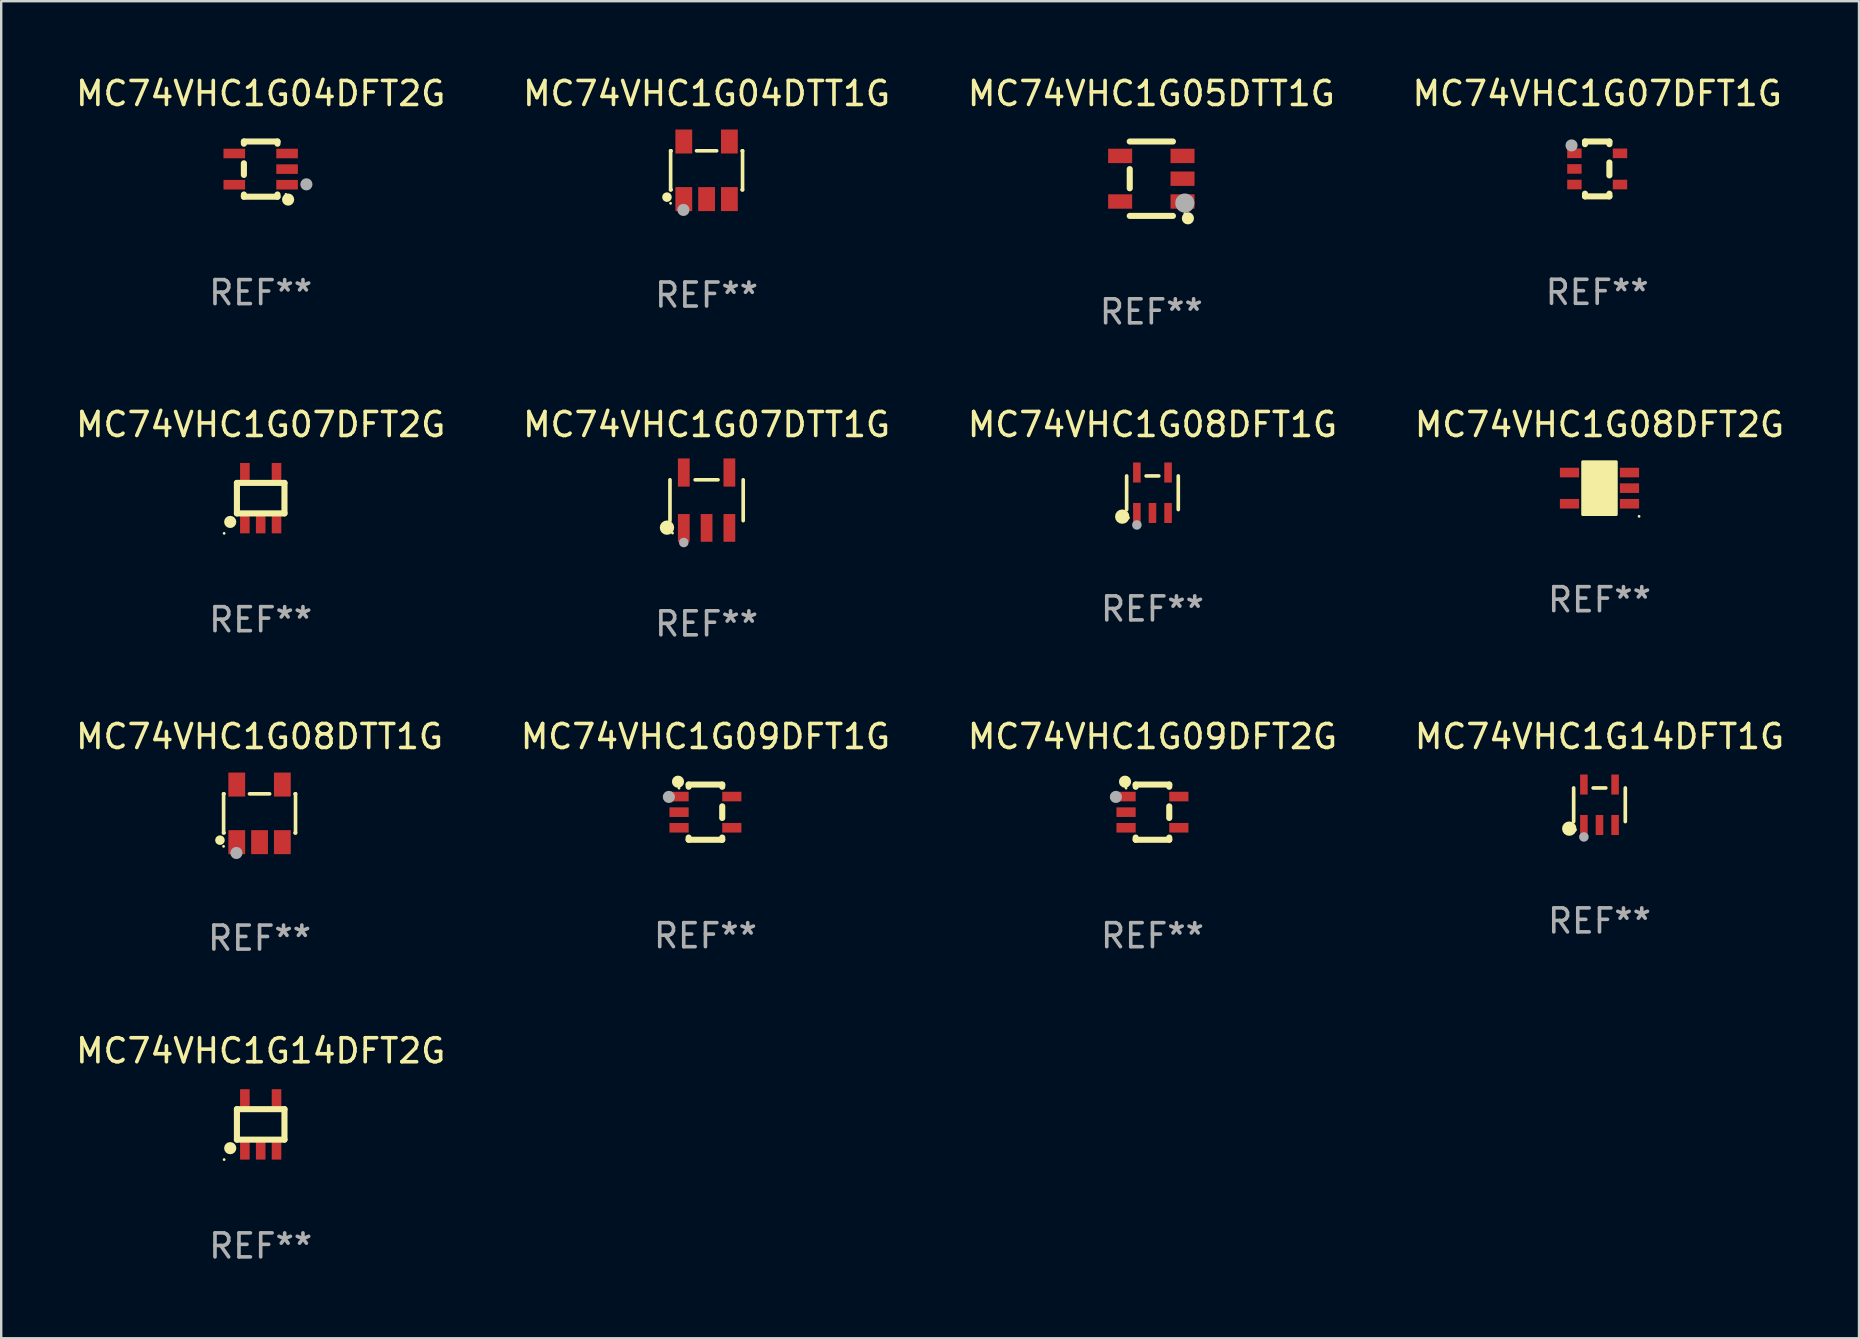
<source format=kicad_pcb>
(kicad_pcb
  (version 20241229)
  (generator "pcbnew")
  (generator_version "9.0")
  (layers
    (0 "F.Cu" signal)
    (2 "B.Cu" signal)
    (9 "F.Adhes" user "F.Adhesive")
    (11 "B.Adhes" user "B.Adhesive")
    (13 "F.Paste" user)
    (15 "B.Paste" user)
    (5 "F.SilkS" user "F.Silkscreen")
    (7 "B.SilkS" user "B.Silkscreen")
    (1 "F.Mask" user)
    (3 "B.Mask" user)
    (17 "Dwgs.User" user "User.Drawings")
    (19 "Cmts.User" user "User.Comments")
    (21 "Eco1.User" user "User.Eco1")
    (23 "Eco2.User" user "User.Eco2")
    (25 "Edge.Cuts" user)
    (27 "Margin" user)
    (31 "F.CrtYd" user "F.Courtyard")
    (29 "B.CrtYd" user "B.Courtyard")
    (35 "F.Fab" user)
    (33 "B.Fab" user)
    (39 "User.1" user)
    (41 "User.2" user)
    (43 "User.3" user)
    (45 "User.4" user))
  (footprint "MC74VHC1G07DTT1G"
    (layer "F.Cu")
    (at 26.399 17.798)
    (property "Reference" "MC74VHC1G07DTT1G" (at 0 -3.154 0) (layer "F.SilkS") (effects (font (size 1 1) (thickness 0.15))))
    (attr through_hole)
    (fp_line (start -1.526 0.851) (end -1.526 -0.851) (stroke (width 0.152) (type solid)) (layer "F.SilkS"))
    (fp_line (start 0.476 -0.851) (end -0.476 -0.851) (stroke (width 0.152) (type solid)) (layer "F.SilkS"))
    (fp_line (start 1.526 0.851) (end 1.526 -0.851) (stroke (width 0.152) (type solid)) (layer "F.SilkS"))
    (fp_circle (center -1.651 1.143) (end -1.501 1.143) (stroke (width 0.3) (type solid)) (fill no) (layer "F.SilkS"))
    (fp_circle (center -1.42 1.37) (end -1.39 1.37) (stroke (width 0.06) (type solid)) (fill no) (layer "F.SilkS"))
    (fp_circle (center -0.95 1.763) (end -0.85 1.763) (stroke (width 0.2) (type solid)) (fill no) (layer "F.Fab"))
    (fp_text user "REF**" (at 0 5.154 0) (layer "F.Fab") (effects (font (size 1 1) (thickness 0.15))))
    (pad "1" smd rect (at -0.95 1.154) (size 0.49 1.157) (layers "F.Cu" "F.Mask" "F.Paste"))
    (pad "2" smd rect (at 0 1.154) (size 0.49 1.157) (layers "F.Cu" "F.Mask" "F.Paste"))
    (pad "3" smd rect (at 0.95 1.154) (size 0.49 1.157) (layers "F.Cu" "F.Mask" "F.Paste"))
    (pad "4" smd rect (at 0.95 -1.154) (size 0.49 1.175) (layers "F.Cu" "F.Mask" "F.Paste"))
    (pad "5" smd rect (at -0.95 -1.154) (size 0.49 1.175) (layers "F.Cu" "F.Mask" "F.Paste")))
  (footprint "MC74VHC1G14DFT2G"
    (layer "F.Cu")
    (at 7.815 43.812)
    (property "Reference" "MC74VHC1G14DFT2G" (at 0 -3.067 0) (layer "F.SilkS") (effects (font (size 1 1) (thickness 0.15))))
    (attr through_hole)
    (fp_line (start -0.991 -0.635) (end 0.991 -0.635) (stroke (width 0.254) (type solid)) (layer "F.SilkS"))
    (fp_line (start -0.991 0.635) (end -0.991 -0.635) (stroke (width 0.254) (type solid)) (layer "F.SilkS"))
    (fp_line (start 0.991 -0.635) (end 0.991 0.635) (stroke (width 0.254) (type solid)) (layer "F.SilkS"))
    (fp_line (start 0.991 0.635) (end -0.991 0.635) (stroke (width 0.254) (type solid)) (layer "F.SilkS"))
    (fp_circle (center -1.524 1.467) (end -1.494 1.467) (stroke (width 0.06) (type solid)) (fill no) (layer "F.SilkS"))
    (fp_circle (center -1.27 0.991) (end -1.143 0.991) (stroke (width 0.254) (type solid)) (fill no) (layer "F.SilkS"))
    (fp_text user "REF**" (at 0 5.067 0) (layer "F.Fab") (effects (font (size 1 1) (thickness 0.15))))
    (pad "1" smd rect (at -0.66 1.067 90) (size 0.8 0.399) (layers "F.Cu" "F.Mask" "F.Paste"))
    (pad "2" smd rect (at 0 1.067 90) (size 0.8 0.399) (layers "F.Cu" "F.Mask" "F.Paste"))
    (pad "3" smd rect (at 0.66 1.067 90) (size 0.8 0.399) (layers "F.Cu" "F.Mask" "F.Paste"))
    (pad "4" smd rect (at 0.66 -1.067 90) (size 0.8 0.399) (layers "F.Cu" "F.Mask" "F.Paste"))
    (pad "5" smd rect (at -0.659 -1.066 90) (size 0.8 0.399) (layers "F.Cu" "F.Mask" "F.Paste")))
  (footprint "MC74VHC1G04DTT1G"
    (layer "F.Cu")
    (at 26.399 4.048)
    (property "Reference" "MC74VHC1G04DTT1G" (at 0 -3.2 0) (layer "F.SilkS") (effects (font (size 1 1) (thickness 0.15))))
    (attr through_hole)
    (fp_line (start -1.499 -0.813) (end -1.48 -0.813) (stroke (width 0.152) (type solid)) (layer "F.SilkS"))
    (fp_line (start -1.499 0.813) (end -1.499 -0.813) (stroke (width 0.152) (type solid)) (layer "F.SilkS"))
    (fp_line (start -1.48 0.813) (end -1.499 0.813) (stroke (width 0.152) (type solid)) (layer "F.SilkS"))
    (fp_line (start -0.42 -0.813) (end 0.42 -0.813) (stroke (width 0.152) (type solid)) (layer "F.SilkS"))
    (fp_line (start 1.48 -0.813) (end 1.499 -0.813) (stroke (width 0.152) (type solid)) (layer "F.SilkS"))
    (fp_line (start 1.499 -0.813) (end 1.499 0.813) (stroke (width 0.152) (type solid)) (layer "F.SilkS"))
    (fp_line (start 1.499 0.813) (end 1.48 0.813) (stroke (width 0.152) (type solid)) (layer "F.SilkS"))
    (fp_circle (center -1.651 1.118) (end -1.551 1.118) (stroke (width 0.2) (type solid)) (fill no) (layer "F.SilkS"))
    (fp_circle (center -1.5 1.375) (end -1.47 1.375) (stroke (width 0.06) (type solid)) (fill no) (layer "F.SilkS"))
    (fp_circle (center -0.965 1.651) (end -0.838 1.651) (stroke (width 0.254) (type solid)) (fill no) (layer "F.Fab"))
    (fp_text user "REF**" (at 0 5.2 0) (layer "F.Fab") (effects (font (size 1 1) (thickness 0.15))))
    (pad "1" smd rect (at -0.95 1.2) (size 0.7 1) (layers "F.Cu" "F.Mask" "F.Paste"))
    (pad "2" smd rect (at 0 1.2) (size 0.7 1) (layers "F.Cu" "F.Mask" "F.Paste"))
    (pad "3" smd rect (at 0.95 1.2) (size 0.7 1) (layers "F.Cu" "F.Mask" "F.Paste"))
    (pad "4" smd rect (at 0.95 -1.2) (size 0.7 1) (layers "F.Cu" "F.Mask" "F.Paste"))
    (pad "5" smd rect (at -0.95 -1.2) (size 0.7 1) (layers "F.Cu" "F.Mask" "F.Paste")))
  (footprint "MC74VHC1G04DFT2G"
    (layer "F.Cu")
    (at 7.815 3.998)
    (property "Reference" "MC74VHC1G04DFT2G" (at 0 -3.15 0) (layer "F.SilkS") (effects (font (size 1 1) (thickness 0.15))))
    (attr through_hole)
    (fp_line (start -0.7 -1.15) (end 0.7 -1.15) (stroke (width 0.254) (type solid)) (layer "F.SilkS"))
    (fp_line (start -0.7 -1.058) (end -0.7 -1.15) (stroke (width 0.254) (type solid)) (layer "F.SilkS"))
    (fp_line (start -0.7 0.242) (end -0.7 -0.242) (stroke (width 0.254) (type solid)) (layer "F.SilkS"))
    (fp_line (start -0.7 1.15) (end -0.7 1.058) (stroke (width 0.254) (type solid)) (layer "F.SilkS"))
    (fp_line (start -0.7 1.15) (end 0.7 1.15) (stroke (width 0.254) (type solid)) (layer "F.SilkS"))
    (fp_line (start 0.7 -1.058) (end 0.7 -1.15) (stroke (width 0.254) (type solid)) (layer "F.SilkS"))
    (fp_line (start 0.7 1.15) (end 0.7 1.058) (stroke (width 0.254) (type solid)) (layer "F.SilkS"))
    (fp_circle (center 1.053 1.052) (end 1.083 1.052) (stroke (width 0.06) (type solid)) (fill no) (layer "F.SilkS"))
    (fp_circle (center 1.143 1.27) (end 1.27 1.27) (stroke (width 0.254) (type solid)) (fill no) (layer "F.SilkS"))
    (fp_circle (center 1.905 0.635) (end 2.032 0.635) (stroke (width 0.254) (type solid)) (fill no) (layer "F.Fab"))
    (fp_text user "REF**" (at 0 5.15 0) (layer "F.Fab") (effects (font (size 1 1) (thickness 0.15))))
    (pad "1" smd rect (at 1.1 0.65 90) (size 0.4 0.9) (layers "F.Cu" "F.Mask" "F.Paste"))
    (pad "2" smd rect (at 1.1 0.000076 90) (size 0.4 0.9) (layers "F.Cu" "F.Mask" "F.Paste"))
    (pad "3" smd rect (at 1.1 -0.65 90) (size 0.4 0.9) (layers "F.Cu" "F.Mask" "F.Paste"))
    (pad "4" smd rect (at -1.1 -0.65 90) (size 0.4 0.9) (layers "F.Cu" "F.Mask" "F.Paste"))
    (pad "5" smd rect (at -1.1 0.65 90) (size 0.4 0.9) (layers "F.Cu" "F.Mask" "F.Paste")))
  (footprint "MC74VHC1G08DFT1G"
    (layer "F.Cu")
    (at 44.982 17.487)
    (property "Reference" "MC74VHC1G08DFT1G" (at 0 -2.843 0) (layer "F.SilkS") (effects (font (size 1 1) (thickness 0.15))))
    (attr through_hole)
    (fp_line (start -1.076 0.701) (end -1.076 -0.701) (stroke (width 0.152) (type solid)) (layer "F.SilkS"))
    (fp_line (start 0.264 -0.701) (end -0.264 -0.701) (stroke (width 0.152) (type solid)) (layer "F.SilkS"))
    (fp_line (start 1.076 0.701) (end 1.076 -0.701) (stroke (width 0.152) (type solid)) (layer "F.SilkS"))
    (fp_circle (center -1.26 0.995) (end -1.11 0.995) (stroke (width 0.3) (type solid)) (fill no) (layer "F.SilkS"))
    (fp_circle (center -1 1.05) (end -0.97 1.05) (stroke (width 0.06) (type solid)) (fill no) (layer "F.SilkS"))
    (fp_circle (center -0.65 1.341) (end -0.55 1.341) (stroke (width 0.2) (type solid)) (fill no) (layer "F.Fab"))
    (fp_text user "REF**" (at 0 4.843 0) (layer "F.Fab") (effects (font (size 1 1) (thickness 0.15))))
    (pad "1" smd rect (at -0.65 0.843) (size 0.315 0.835) (layers "F.Cu" "F.Mask" "F.Paste"))
    (pad "2" smd rect (at 0.00014 0.843) (size 0.315 0.835) (layers "F.Cu" "F.Mask" "F.Paste"))
    (pad "3" smd rect (at 0.65 0.843) (size 0.315 0.835) (layers "F.Cu" "F.Mask" "F.Paste"))
    (pad "4" smd rect (at 0.65 -0.843) (size 0.315 0.835) (layers "F.Cu" "F.Mask" "F.Paste"))
    (pad "5" smd rect (at -0.65 -0.843) (size 0.315 0.835) (layers "F.Cu" "F.Mask" "F.Paste")))
  (footprint "MC74VHC1G09DFT2G"
    (layer "F.Cu")
    (at 44.982 30.799)
    (property "Reference" "MC74VHC1G09DFT2G" (at 0 -3.15 0) (layer "F.SilkS") (effects (font (size 1 1) (thickness 0.15))))
    (attr through_hole)
    (fp_line (start -0.7 -1.15) (end -0.7 -1.058) (stroke (width 0.254) (type solid)) (layer "F.SilkS"))
    (fp_line (start -0.7 1.058) (end -0.7 1.15) (stroke (width 0.254) (type solid)) (layer "F.SilkS"))
    (fp_line (start 0.7 -1.15) (end -0.7 -1.15) (stroke (width 0.254) (type solid)) (layer "F.SilkS"))
    (fp_line (start 0.7 -1.15) (end 0.7 -1.058) (stroke (width 0.254) (type solid)) (layer "F.SilkS"))
    (fp_line (start 0.7 -0.242) (end 0.7 0.242) (stroke (width 0.254) (type solid)) (layer "F.SilkS"))
    (fp_line (start 0.7 1.058) (end 0.7 1.15) (stroke (width 0.254) (type solid)) (layer "F.SilkS"))
    (fp_line (start 0.7 1.15) (end -0.7 1.15) (stroke (width 0.254) (type solid)) (layer "F.SilkS"))
    (fp_circle (center -1.143 -1.27) (end -1.016 -1.27) (stroke (width 0.254) (type solid)) (fill no) (layer "F.SilkS"))
    (fp_circle (center -1.1 -1) (end -1.07 -1) (stroke (width 0.06) (type solid)) (fill no) (layer "F.SilkS"))
    (fp_circle (center -1.524 -0.635) (end -1.397 -0.635) (stroke (width 0.254) (type solid)) (fill no) (layer "F.Fab"))
    (fp_text user "REF**" (at 0 5.15 0) (layer "F.Fab") (effects (font (size 1 1) (thickness 0.15))))
    (pad "1" smd rect (at -1.1 -0.65 270) (size 0.4 0.8) (layers "F.Cu" "F.Mask" "F.Paste"))
    (pad "2" smd rect (at -1.1 -0.000051 270) (size 0.4 0.8) (layers "F.Cu" "F.Mask" "F.Paste"))
    (pad "3" smd rect (at -1.1 0.65 270) (size 0.4 0.8) (layers "F.Cu" "F.Mask" "F.Paste"))
    (pad "4" smd rect (at 1.1 0.65 270) (size 0.4 0.8) (layers "F.Cu" "F.Mask" "F.Paste"))
    (pad "5" smd rect (at 1.1 -0.65 270) (size 0.4 0.8) (layers "F.Cu" "F.Mask" "F.Paste")))
  (footprint "MC74VHC1G09DFT1G"
    (layer "F.Cu")
    (at 26.351 30.799)
    (property "Reference" "MC74VHC1G09DFT1G" (at 0 -3.15 0) (layer "F.SilkS") (effects (font (size 1 1) (thickness 0.15))))
    (attr through_hole)
    (fp_line (start -0.7 -1.15) (end -0.7 -1.058) (stroke (width 0.254) (type solid)) (layer "F.SilkS"))
    (fp_line (start -0.7 1.058) (end -0.7 1.15) (stroke (width 0.254) (type solid)) (layer "F.SilkS"))
    (fp_line (start 0.7 -1.15) (end -0.7 -1.15) (stroke (width 0.254) (type solid)) (layer "F.SilkS"))
    (fp_line (start 0.7 -1.15) (end 0.7 -1.058) (stroke (width 0.254) (type solid)) (layer "F.SilkS"))
    (fp_line (start 0.7 -0.242) (end 0.7 0.242) (stroke (width 0.254) (type solid)) (layer "F.SilkS"))
    (fp_line (start 0.7 1.058) (end 0.7 1.15) (stroke (width 0.254) (type solid)) (layer "F.SilkS"))
    (fp_line (start 0.7 1.15) (end -0.7 1.15) (stroke (width 0.254) (type solid)) (layer "F.SilkS"))
    (fp_circle (center -1.143 -1.27) (end -1.016 -1.27) (stroke (width 0.254) (type solid)) (fill no) (layer "F.SilkS"))
    (fp_circle (center -1.1 -1) (end -1.07 -1) (stroke (width 0.06) (type solid)) (fill no) (layer "F.SilkS"))
    (fp_circle (center -1.524 -0.635) (end -1.397 -0.635) (stroke (width 0.254) (type solid)) (fill no) (layer "F.Fab"))
    (fp_text user "REF**" (at 0 5.15 0) (layer "F.Fab") (effects (font (size 1 1) (thickness 0.15))))
    (pad "1" smd rect (at -1.1 -0.65 270) (size 0.4 0.8) (layers "F.Cu" "F.Mask" "F.Paste"))
    (pad "2" smd rect (at -1.1 -0.000051 270) (size 0.4 0.8) (layers "F.Cu" "F.Mask" "F.Paste"))
    (pad "3" smd rect (at -1.1 0.65 270) (size 0.4 0.8) (layers "F.Cu" "F.Mask" "F.Paste"))
    (pad "4" smd rect (at 1.1 0.65 270) (size 0.4 0.8) (layers "F.Cu" "F.Mask" "F.Paste"))
    (pad "5" smd rect (at 1.1 -0.65 270) (size 0.4 0.8) (layers "F.Cu" "F.Mask" "F.Paste")))
  (footprint "MC74VHC1G05DTT1G"
    (layer "F.Cu")
    (at 44.935 4.398)
    (property "Reference" "MC74VHC1G05DTT1G" (at 0 -3.55 0) (layer "F.SilkS") (effects (font (size 1 1) (thickness 0.15))))
    (attr through_hole)
    (fp_line (start -0.9 -1.55) (end 0.9 -1.55) (stroke (width 0.254) (type solid)) (layer "F.SilkS"))
    (fp_line (start -0.9 0.4) (end -0.9 -0.4) (stroke (width 0.254) (type solid)) (layer "F.SilkS"))
    (fp_line (start -0.9 1.55) (end 0.9 1.55) (stroke (width 0.254) (type solid)) (layer "F.SilkS"))
    (fp_circle (center 1.4 1.45) (end 1.43 1.45) (stroke (width 0.06) (type solid)) (fill no) (layer "F.SilkS"))
    (fp_circle (center 1.524 1.651) (end 1.651 1.651) (stroke (width 0.254) (type solid)) (fill no) (layer "F.SilkS"))
    (fp_circle (center 1.397 1.016) (end 1.597 1.016) (stroke (width 0.4) (type solid)) (fill no) (layer "F.Fab"))
    (fp_text user "REF**" (at 0 5.55 0) (layer "F.Fab") (effects (font (size 1 1) (thickness 0.15))))
    (pad "1" smd rect (at 1.3 0.95) (size 1 0.6) (layers "F.Cu" "F.Mask" "F.Paste"))
    (pad "2" smd rect (at 1.3 -0.000051) (size 1 0.6) (layers "F.Cu" "F.Mask" "F.Paste"))
    (pad "3" smd rect (at 1.3 -0.95) (size 1 0.6) (layers "F.Cu" "F.Mask" "F.Paste"))
    (pad "4" smd rect (at -1.3 -0.95) (size 1 0.6) (layers "F.Cu" "F.Mask" "F.Paste"))
    (pad "5" smd rect (at -1.3 0.95) (size 1 0.6) (layers "F.Cu" "F.Mask" "F.Paste")))
  (footprint "MC74VHC1G14DFT1G"
    (layer "F.Cu")
    (at 63.613 30.491)
    (property "Reference" "MC74VHC1G14DFT1G" (at 0 -2.843 0) (layer "F.SilkS") (effects (font (size 1 1) (thickness 0.15))))
    (attr through_hole)
    (fp_line (start -1.076 0.701) (end -1.076 -0.701) (stroke (width 0.152) (type solid)) (layer "F.SilkS"))
    (fp_line (start 0.264 -0.701) (end -0.264 -0.701) (stroke (width 0.152) (type solid)) (layer "F.SilkS"))
    (fp_line (start 1.076 0.701) (end 1.076 -0.701) (stroke (width 0.152) (type solid)) (layer "F.SilkS"))
    (fp_circle (center -1.26 0.995) (end -1.11 0.995) (stroke (width 0.3) (type solid)) (fill no) (layer "F.SilkS"))
    (fp_circle (center -1 1.05) (end -0.97 1.05) (stroke (width 0.06) (type solid)) (fill no) (layer "F.SilkS"))
    (fp_circle (center -0.65 1.341) (end -0.55 1.341) (stroke (width 0.2) (type solid)) (fill no) (layer "F.Fab"))
    (fp_text user "REF**" (at 0 4.843 0) (layer "F.Fab") (effects (font (size 1 1) (thickness 0.15))))
    (pad "1" smd rect (at -0.65 0.843) (size 0.315 0.835) (layers "F.Cu" "F.Mask" "F.Paste"))
    (pad "2" smd rect (at 0.00014 0.843) (size 0.315 0.835) (layers "F.Cu" "F.Mask" "F.Paste"))
    (pad "3" smd rect (at 0.65 0.843) (size 0.315 0.835) (layers "F.Cu" "F.Mask" "F.Paste"))
    (pad "4" smd rect (at 0.65 -0.843) (size 0.315 0.835) (layers "F.Cu" "F.Mask" "F.Paste"))
    (pad "5" smd rect (at -0.65 -0.843) (size 0.315 0.835) (layers "F.Cu" "F.Mask" "F.Paste")))
  (footprint "MC74VHC1G08DFT2G"
    (layer "F.Cu")
    (at 63.613 17.295)
    (property "Reference" "MC74VHC1G08DFT2G" (at 0 -2.65 0) (layer "F.SilkS") (effects (font (size 1 1) (thickness 0.15))))
    (attr through_hole)
    (fp_arc (start 0.381001 0.637541) (mid 0.380995 0.636271) (end 0.381001 0.635001) (stroke (width 0.24892) (type solid)) (layer "F.SilkS"))
    (fp_circle (center 1.65 1.175) (end 1.68 1.175) (stroke (width 0.06) (type solid)) (fill no) (layer "F.SilkS"))
    (fp_poly (pts (xy -0.7 -1.1) (xy 0.7 -1.1) (xy 0.7 1.1) (xy -0.7 1.1)) (stroke (width 0.12) (type solid)) (fill yes) (layer "F.SilkS"))
    (fp_text user "REF**" (at 0 4.65 0) (layer "F.Fab") (effects (font (size 1 1) (thickness 0.15))))
    (pad "1" smd rect (at 1.25 0.65 270) (size 0.4 0.8) (layers "F.Cu" "F.Mask" "F.Paste"))
    (pad "2" smd rect (at 1.25 0 270) (size 0.4 0.8) (layers "F.Cu" "F.Mask" "F.Paste"))
    (pad "3" smd rect (at 1.25 -0.65 270) (size 0.4 0.8) (layers "F.Cu" "F.Mask" "F.Paste"))
    (pad "4" smd rect (at -1.25 -0.65 270) (size 0.4 0.8) (layers "F.Cu" "F.Mask" "F.Paste"))
    (pad "5" smd rect (at -1.25 0.65 270) (size 0.4 0.8) (layers "F.Cu" "F.Mask" "F.Paste")))
  (footprint "MC74VHC1G07DFT1G"
    (layer "F.Cu")
    (at 63.518 3.991)
    (property "Reference" "MC74VHC1G07DFT1G" (at 0 -3.143 0) (layer "F.SilkS") (effects (font (size 1 1) (thickness 0.15))))
    (attr through_hole)
    (fp_line (start -0.508 -1.143) (end 0.508 -1.143) (stroke (width 0.254) (type solid)) (layer "F.SilkS"))
    (fp_line (start -0.508 -1.032) (end -0.508 -1.143) (stroke (width 0.254) (type solid)) (layer "F.SilkS"))
    (fp_line (start -0.508 1.143) (end -0.508 1.032) (stroke (width 0.254) (type solid)) (layer "F.SilkS"))
    (fp_line (start 0.508 -1.143) (end 0.508 -1.032) (stroke (width 0.254) (type solid)) (layer "F.SilkS"))
    (fp_line (start 0.508 -0.268) (end 0.508 0.268) (stroke (width 0.254) (type solid)) (layer "F.SilkS"))
    (fp_line (start 0.508 1.032) (end 0.508 1.143) (stroke (width 0.254) (type solid)) (layer "F.SilkS"))
    (fp_line (start 0.508 1.143) (end -0.508 1.143) (stroke (width 0.254) (type solid)) (layer "F.SilkS"))
    (fp_circle (center -1.05 -1) (end -1.02 -1) (stroke (width 0.06) (type solid)) (fill no) (layer "F.SilkS"))
    (fp_circle (center -1.07 -0.98) (end -0.943 -0.98) (stroke (width 0.254) (type solid)) (fill no) (layer "F.Fab"))
    (fp_text user "REF**" (at 0 5.143 0) (layer "F.Fab") (effects (font (size 1 1) (thickness 0.15))))
    (pad "1" smd rect (at -0.95 -0.65 90) (size 0.4 0.6) (layers "F.Cu" "F.Mask" "F.Paste"))
    (pad "2" smd rect (at -0.95 -0.000076 90) (size 0.4 0.6) (layers "F.Cu" "F.Mask" "F.Paste"))
    (pad "3" smd rect (at -0.95 0.65 90) (size 0.4 0.6) (layers "F.Cu" "F.Mask" "F.Paste"))
    (pad "4" smd rect (at 0.95 0.65 90) (size 0.4 0.6) (layers "F.Cu" "F.Mask" "F.Paste"))
    (pad "5" smd rect (at 0.95 -0.65 90) (size 0.4 0.6) (layers "F.Cu" "F.Mask" "F.Paste")))
  (footprint "MC74VHC1G08DTT1G"
    (layer "F.Cu")
    (at 7.768 30.849)
    (property "Reference" "MC74VHC1G08DTT1G" (at 0 -3.2 0) (layer "F.SilkS") (effects (font (size 1 1) (thickness 0.15))))
    (attr through_hole)
    (fp_line (start -1.499 -0.813) (end -1.48 -0.813) (stroke (width 0.152) (type solid)) (layer "F.SilkS"))
    (fp_line (start -1.499 0.813) (end -1.499 -0.813) (stroke (width 0.152) (type solid)) (layer "F.SilkS"))
    (fp_line (start -1.48 0.813) (end -1.499 0.813) (stroke (width 0.152) (type solid)) (layer "F.SilkS"))
    (fp_line (start -0.42 -0.813) (end 0.42 -0.813) (stroke (width 0.152) (type solid)) (layer "F.SilkS"))
    (fp_line (start 1.48 -0.813) (end 1.499 -0.813) (stroke (width 0.152) (type solid)) (layer "F.SilkS"))
    (fp_line (start 1.499 -0.813) (end 1.499 0.813) (stroke (width 0.152) (type solid)) (layer "F.SilkS"))
    (fp_line (start 1.499 0.813) (end 1.48 0.813) (stroke (width 0.152) (type solid)) (layer "F.SilkS"))
    (fp_circle (center -1.651 1.118) (end -1.551 1.118) (stroke (width 0.2) (type solid)) (fill no) (layer "F.SilkS"))
    (fp_circle (center -1.5 1.375) (end -1.47 1.375) (stroke (width 0.06) (type solid)) (fill no) (layer "F.SilkS"))
    (fp_circle (center -0.965 1.651) (end -0.838 1.651) (stroke (width 0.254) (type solid)) (fill no) (layer "F.Fab"))
    (fp_text user "REF**" (at 0 5.2 0) (layer "F.Fab") (effects (font (size 1 1) (thickness 0.15))))
    (pad "1" smd rect (at -0.95 1.2) (size 0.7 1) (layers "F.Cu" "F.Mask" "F.Paste"))
    (pad "2" smd rect (at 0 1.2) (size 0.7 1) (layers "F.Cu" "F.Mask" "F.Paste"))
    (pad "3" smd rect (at 0.95 1.2) (size 0.7 1) (layers "F.Cu" "F.Mask" "F.Paste"))
    (pad "4" smd rect (at 0.95 -1.2) (size 0.7 1) (layers "F.Cu" "F.Mask" "F.Paste"))
    (pad "5" smd rect (at -0.95 -1.2) (size 0.7 1) (layers "F.Cu" "F.Mask" "F.Paste")))
  (footprint "MC74VHC1G07DFT2G"
    (layer "F.Cu")
    (at 7.815 17.712)
    (property "Reference" "MC74VHC1G07DFT2G" (at 0 -3.067 0) (layer "F.SilkS") (effects (font (size 1 1) (thickness 0.15))))
    (attr through_hole)
    (fp_line (start -0.991 -0.635) (end 0.991 -0.635) (stroke (width 0.254) (type solid)) (layer "F.SilkS"))
    (fp_line (start -0.991 0.635) (end -0.991 -0.635) (stroke (width 0.254) (type solid)) (layer "F.SilkS"))
    (fp_line (start 0.991 -0.635) (end 0.991 0.635) (stroke (width 0.254) (type solid)) (layer "F.SilkS"))
    (fp_line (start 0.991 0.635) (end -0.991 0.635) (stroke (width 0.254) (type solid)) (layer "F.SilkS"))
    (fp_circle (center -1.524 1.467) (end -1.494 1.467) (stroke (width 0.06) (type solid)) (fill no) (layer "F.SilkS"))
    (fp_circle (center -1.27 0.991) (end -1.143 0.991) (stroke (width 0.254) (type solid)) (fill no) (layer "F.SilkS"))
    (fp_text user "REF**" (at 0 5.067 0) (layer "F.Fab") (effects (font (size 1 1) (thickness 0.15))))
    (pad "1" smd rect (at -0.66 1.067 90) (size 0.8 0.399) (layers "F.Cu" "F.Mask" "F.Paste"))
    (pad "2" smd rect (at 0 1.067 90) (size 0.8 0.399) (layers "F.Cu" "F.Mask" "F.Paste"))
    (pad "3" smd rect (at 0.66 1.067 90) (size 0.8 0.399) (layers "F.Cu" "F.Mask" "F.Paste"))
    (pad "4" smd rect (at 0.66 -1.067 90) (size 0.8 0.399) (layers "F.Cu" "F.Mask" "F.Paste"))
    (pad "5" smd rect (at -0.659 -1.066 90) (size 0.8 0.399) (layers "F.Cu" "F.Mask" "F.Paste")))
  (gr_rect
    (start -3 -3)
    (end 74.429 52.727)
    (stroke (width 0.1) (type default))
    (fill no)
    (layer "Edge.Cuts")))
</source>
